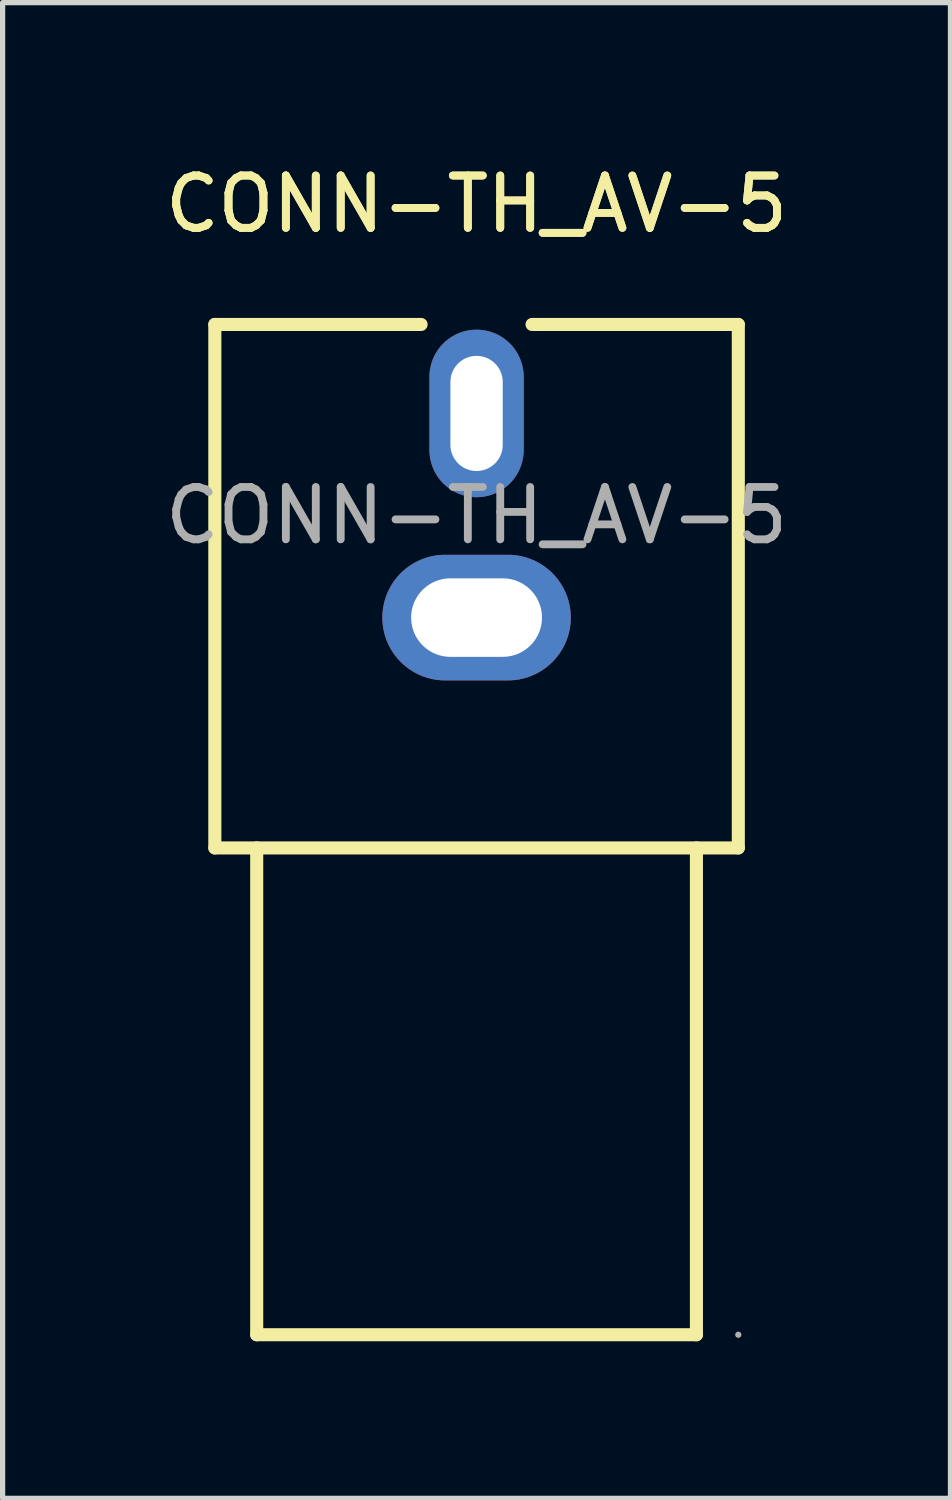
<source format=kicad_pcb>
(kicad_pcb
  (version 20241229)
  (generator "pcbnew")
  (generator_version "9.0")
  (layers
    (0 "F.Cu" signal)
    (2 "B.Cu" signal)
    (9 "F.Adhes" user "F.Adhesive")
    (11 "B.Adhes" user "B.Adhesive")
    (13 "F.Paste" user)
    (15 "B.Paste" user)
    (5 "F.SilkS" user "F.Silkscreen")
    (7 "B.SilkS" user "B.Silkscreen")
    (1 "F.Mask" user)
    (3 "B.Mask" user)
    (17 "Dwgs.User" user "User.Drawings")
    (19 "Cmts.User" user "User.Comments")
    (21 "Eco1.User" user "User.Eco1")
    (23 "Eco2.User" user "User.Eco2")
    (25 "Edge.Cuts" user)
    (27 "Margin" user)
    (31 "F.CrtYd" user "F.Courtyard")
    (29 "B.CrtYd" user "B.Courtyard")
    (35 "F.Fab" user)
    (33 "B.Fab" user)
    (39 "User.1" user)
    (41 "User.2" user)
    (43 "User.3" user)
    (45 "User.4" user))
  (footprint "CONN-TH_AV-5"
    (layer "F.Cu")
    (at 6.054 6.798)
    (property "Reference" "CONN-TH_AV-5" (at 0 -5.95 0) (layer "F.SilkS") (effects (font (size 1 1) (thickness 0.15))))
    (attr through_hole)
    (fp_line (start -5 -3.65) (end -1.06 -3.65) (stroke (width 0.25) (type solid)) (layer "F.SilkS"))
    (fp_line (start -5 6.35) (end -5 -3.65) (stroke (width 0.25) (type solid)) (layer "F.SilkS"))
    (fp_line (start -5 6.35) (end 5 6.35) (stroke (width 0.25) (type solid)) (layer "F.SilkS"))
    (fp_line (start -4.2 6.35) (end -4.2 15.65) (stroke (width 0.25) (type solid)) (layer "F.SilkS"))
    (fp_line (start -4.2 15.65) (end 4.2 15.65) (stroke (width 0.25) (type solid)) (layer "F.SilkS"))
    (fp_line (start 1.06 -3.65) (end 5 -3.65) (stroke (width 0.25) (type solid)) (layer "F.SilkS"))
    (fp_line (start 4.2 6.35) (end 4.2 15.65) (stroke (width 0.25) (type solid)) (layer "F.SilkS"))
    (fp_line (start 5 -3.65) (end 5 6.35) (stroke (width 0.25) (type solid)) (layer "F.SilkS"))
    (fp_circle (center 5 15.65) (end 5.03 15.65) (stroke (width 0.06) (type solid)) (fill no) (layer "F.Fab"))
    (fp_text user "${REFERENCE}" (at 0 -5.95 0) (layer "F.SilkS") (effects (font (size 1 1) (thickness 0.15))))
    (fp_text user "${REFERENCE}" (at 0 0 0) (layer "F.Fab") (effects (font (size 1 1) (thickness 0.15))))
    (pad "1" thru_hole oval (at 0 1.95) (size 3.6 2.4) (drill oval 2.5 1.5) (layers "*.Cu" "*.Mask"))
    (pad "2" thru_hole oval (at 0 -1.95 90) (size 3.2 1.8) (drill oval 2.2 1) (layers "*.Cu" "*.Mask")))
  (gr_rect
    (start -3 -3)
    (end 15.107 25.573)
    (stroke (width 0.1) (type default))
    (fill no)
    (layer "Edge.Cuts")))
</source>
